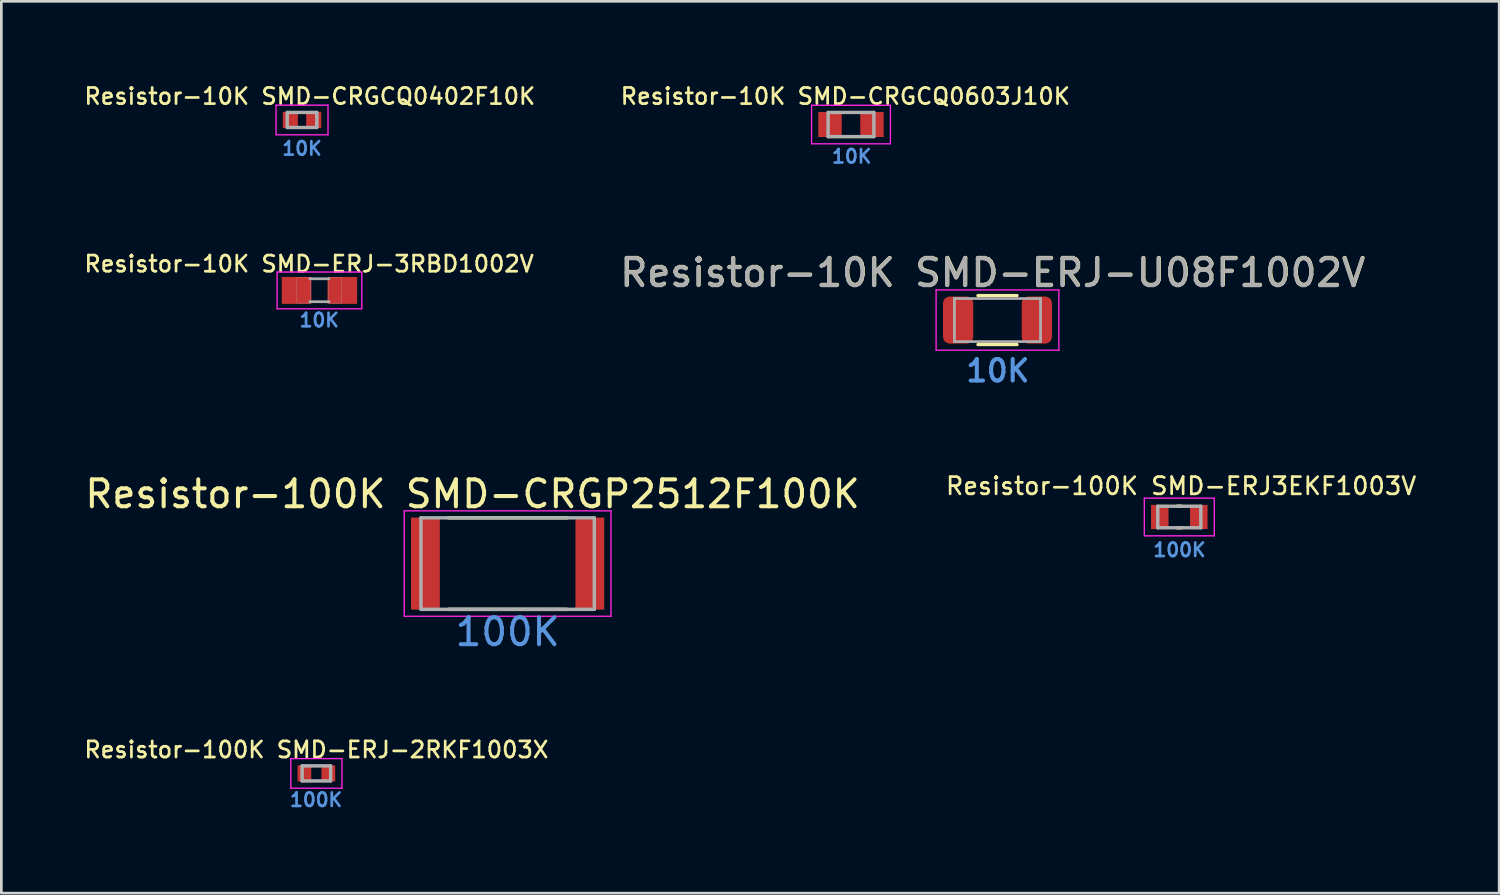
<source format=kicad_pcb>
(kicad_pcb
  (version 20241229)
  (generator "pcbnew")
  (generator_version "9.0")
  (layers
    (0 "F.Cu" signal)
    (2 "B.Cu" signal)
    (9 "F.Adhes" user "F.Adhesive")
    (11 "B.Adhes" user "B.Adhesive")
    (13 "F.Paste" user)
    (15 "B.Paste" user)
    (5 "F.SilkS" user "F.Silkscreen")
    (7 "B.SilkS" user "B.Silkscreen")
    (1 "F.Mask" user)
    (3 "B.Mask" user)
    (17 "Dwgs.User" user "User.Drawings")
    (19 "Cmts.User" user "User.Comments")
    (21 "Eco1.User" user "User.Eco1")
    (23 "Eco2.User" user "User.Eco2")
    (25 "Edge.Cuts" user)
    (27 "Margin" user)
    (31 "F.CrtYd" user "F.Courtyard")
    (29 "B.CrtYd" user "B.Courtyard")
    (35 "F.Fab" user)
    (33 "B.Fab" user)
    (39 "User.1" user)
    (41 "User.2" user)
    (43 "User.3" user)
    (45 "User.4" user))
  (footprint "Resistor-10K SMD-CRGCQ0603J10K"
    (layer "F.Cu")
    (at 28.566 1.577)
    (property "Reference" "Resistor-10K SMD-CRGCQ0603J10K" (at -0.21 -1.05 0) (layer "F.SilkS") (effects (font (size 0.6 0.6) (thickness 0.1))))
    (attr smd)
    (fp_line (start -1.465 -0.715) (end 1.465 -0.715) (stroke (width 0.05) (type solid)) (layer "F.CrtYd"))
    (fp_line (start -1.465 0.715) (end -1.465 -0.715) (stroke (width 0.05) (type solid)) (layer "F.CrtYd"))
    (fp_line (start -1.465 0.715) (end 1.465 0.715) (stroke (width 0.05) (type solid)) (layer "F.CrtYd"))
    (fp_line (start 1.465 0.715) (end 1.465 -0.715) (stroke (width 0.05) (type solid)) (layer "F.CrtYd"))
    (fp_line (start -0.85 0.45) (end -0.85 -0.45) (stroke (width 0.127) (type solid)) (layer "F.Fab"))
    (fp_line (start 0.85 -0.45) (end -0.85 -0.45) (stroke (width 0.127) (type solid)) (layer "F.Fab"))
    (fp_line (start 0.85 0.45) (end -0.85 0.45) (stroke (width 0.127) (type solid)) (layer "F.Fab"))
    (fp_line (start 0.85 0.45) (end 0.85 -0.45) (stroke (width 0.127) (type solid)) (layer "F.Fab"))
    (fp_text user "10K" (at 0.026 1.183 0) (unlocked yes) (layer "Cmts.User") (effects (font (size 0.5 0.5) (thickness 0.1))))
    (pad "1" smd rect (at -0.78 0) (size 0.87 0.93) (layers "F.Cu" "F.Mask" "F.Paste"))
    (pad "2" smd rect (at 0.78 0) (size 0.87 0.93) (layers "F.Cu" "F.Mask" "F.Paste")))
  (footprint "Resistor-100K SMD-CRGP2512F100K"
    (layer "F.Cu")
    (at 15.809 17.888)
    (property "Reference" "Resistor-100K SMD-CRGP2512F100K" (at -1.303 -2.584 0) (layer "F.SilkS") (effects (font (size 1 1) (thickness 0.15))))
    (attr smd)
    (fp_line (start -2.2 -1.7) (end 2.2 -1.7) (stroke (width 0.127) (type solid)) (layer "F.SilkS"))
    (fp_line (start -2.2 1.7) (end 2.2 1.7) (stroke (width 0.127) (type solid)) (layer "F.SilkS"))
    (fp_line (start -3.84 -1.958) (end 3.84 -1.958) (stroke (width 0.05) (type solid)) (layer "F.CrtYd"))
    (fp_line (start -3.84 1.958) (end -3.84 -1.958) (stroke (width 0.05) (type solid)) (layer "F.CrtYd"))
    (fp_line (start -3.84 1.958) (end 3.84 1.958) (stroke (width 0.05) (type solid)) (layer "F.CrtYd"))
    (fp_line (start 3.84 1.958) (end 3.84 -1.958) (stroke (width 0.05) (type solid)) (layer "F.CrtYd"))
    (fp_line (start -3.22 1.7) (end -3.22 -1.7) (stroke (width 0.127) (type solid)) (layer "F.Fab"))
    (fp_line (start 3.22 -1.7) (end -3.22 -1.7) (stroke (width 0.127) (type solid)) (layer "F.Fab"))
    (fp_line (start 3.22 1.7) (end -3.22 1.7) (stroke (width 0.127) (type solid)) (layer "F.Fab"))
    (fp_line (start 3.22 1.7) (end 3.22 -1.7) (stroke (width 0.127) (type solid)) (layer "F.Fab"))
    (fp_text user "100K" (at 0 2.54 0) (unlocked yes) (layer "Cmts.User") (effects (font (size 1 1) (thickness 0.15))))
    (pad "1" smd rect (at -3.055 0) (size 1.07 3.42) (layers "F.Cu" "F.Mask" "F.Paste"))
    (pad "2" smd rect (at 3.055 0) (size 1.07 3.42) (layers "F.Cu" "F.Mask" "F.Paste")))
  (footprint "Resistor-10K SMD-ERJ-3RBD1002V"
    (layer "F.Cu")
    (at 8.818 7.739)
    (property "Reference" "Resistor-10K SMD-ERJ-3RBD1002V" (at -0.385 -0.985 0) (layer "F.SilkS") (effects (font (size 0.6 0.6) (thickness 0.1))))
    (attr smd)
    (fp_line (start -1.573 -0.683) (end 1.573 -0.683) (stroke (width 0.051) (type solid)) (layer "F.CrtYd"))
    (fp_line (start -1.573 0.683) (end -1.573 -0.683) (stroke (width 0.051) (type solid)) (layer "F.CrtYd"))
    (fp_line (start 1.573 -0.683) (end 1.573 0.683) (stroke (width 0.051) (type solid)) (layer "F.CrtYd"))
    (fp_line (start 1.573 0.683) (end -1.573 0.683) (stroke (width 0.051) (type solid)) (layer "F.CrtYd"))
    (fp_line (start -0.356 -0.432) (end 0.356 -0.432) (stroke (width 0.102) (type solid)) (layer "F.Fab"))
    (fp_line (start -0.356 0.419) (end 0.356 0.419) (stroke (width 0.102) (type solid)) (layer "F.Fab"))
    (fp_poly (pts (xy -0.838 -0.48) (xy -0.338 -0.48) (xy -0.338 0.47) (xy -0.838 0.47)) (stroke (width 0.01) (type solid)) (fill no) (layer "F.Fab"))
    (fp_poly (pts (xy 0.33 -0.48) (xy 0.83 -0.48) (xy 0.83 0.47) (xy 0.33 0.47)) (stroke (width 0.01) (type solid)) (fill no) (layer "F.Fab"))
    (fp_text user "10K" (at -0.009 1.105 0) (unlocked yes) (layer "Cmts.User") (effects (font (size 0.5 0.5) (thickness 0.1))))
    (pad "1" smd rect (at -0.85 0) (size 1.1 1) (layers "F.Cu" "F.Mask" "F.Paste"))
    (pad "2" smd rect (at 0.85 0) (size 1.1 1) (layers "F.Cu" "F.Mask" "F.Paste")))
  (footprint "Resistor-10K SMD-CRGCQ0402F10K"
    (layer "F.Cu")
    (at 8.171 1.407)
    (property "Reference" "Resistor-10K SMD-CRGCQ0402F10K" (at 0.29 -0.88 0) (layer "F.SilkS") (effects (font (size 0.6 0.6) (thickness 0.1))))
    (attr smd)
    (fp_line (start -0.965 -0.55) (end 0.965 -0.55) (stroke (width 0.05) (type solid)) (layer "F.CrtYd"))
    (fp_line (start -0.965 0.55) (end -0.965 -0.55) (stroke (width 0.05) (type solid)) (layer "F.CrtYd"))
    (fp_line (start -0.965 0.55) (end 0.965 0.55) (stroke (width 0.05) (type solid)) (layer "F.CrtYd"))
    (fp_line (start 0.965 0.55) (end 0.965 -0.55) (stroke (width 0.05) (type solid)) (layer "F.CrtYd"))
    (fp_line (start -0.55 0.28) (end -0.55 -0.28) (stroke (width 0.127) (type solid)) (layer "F.Fab"))
    (fp_line (start 0.55 -0.28) (end -0.55 -0.28) (stroke (width 0.127) (type solid)) (layer "F.Fab"))
    (fp_line (start 0.55 0.28) (end -0.55 0.28) (stroke (width 0.127) (type solid)) (layer "F.Fab"))
    (fp_line (start 0.55 0.28) (end 0.55 -0.28) (stroke (width 0.127) (type solid)) (layer "F.Fab"))
    (fp_text user "10K" (at 0 1.06 0) (unlocked yes) (layer "Cmts.User") (effects (font (size 0.5 0.5) (thickness 0.1))))
    (pad "1" smd rect (at -0.435 0) (size 0.56 0.6) (layers "F.Cu" "F.Mask" "F.Paste"))
    (pad "2" smd rect (at 0.435 0) (size 0.56 0.6) (layers "F.Cu" "F.Mask" "F.Paste")))
  (footprint "Resistor-100K SMD-ERJ3EKF1003V"
    (layer "F.Cu")
    (at 40.763 16.157)
    (property "Reference" "Resistor-100K SMD-ERJ3EKF1003V" (at 0.066 -1.151 0) (layer "F.SilkS") (effects (font (size 0.64 0.64) (thickness 0.1))))
    (attr smd)
    (fp_line (start -0.08 -0.4) (end 0.08 -0.4) (stroke (width 0.127) (type solid)) (layer "F.SilkS"))
    (fp_line (start -0.08 0.4) (end 0.08 0.4) (stroke (width 0.127) (type solid)) (layer "F.SilkS"))
    (fp_line (start -1.3 -0.7) (end -1.3 0.7) (stroke (width 0.05) (type solid)) (layer "F.CrtYd"))
    (fp_line (start -1.3 0.7) (end 1.3 0.7) (stroke (width 0.05) (type solid)) (layer "F.CrtYd"))
    (fp_line (start 1.3 -0.7) (end -1.3 -0.7) (stroke (width 0.05) (type solid)) (layer "F.CrtYd"))
    (fp_line (start 1.3 0.7) (end 1.3 -0.7) (stroke (width 0.05) (type solid)) (layer "F.CrtYd"))
    (fp_line (start -0.8 -0.4) (end -0.8 0.4) (stroke (width 0.127) (type solid)) (layer "F.Fab"))
    (fp_line (start -0.8 -0.4) (end 0.8 -0.4) (stroke (width 0.127) (type solid)) (layer "F.Fab"))
    (fp_line (start -0.8 0.4) (end 0.8 0.4) (stroke (width 0.127) (type solid)) (layer "F.Fab"))
    (fp_line (start 0.8 -0.4) (end 0.8 0.4) (stroke (width 0.127) (type solid)) (layer "F.Fab"))
    (fp_text user "100K" (at 0.008 1.223 0) (unlocked yes) (layer "Cmts.User") (effects (font (size 0.5 0.5) (thickness 0.1))))
    (pad "1" smd rect (at -0.725 0) (size 0.65 0.9) (layers "F.Cu" "F.Mask" "F.Paste"))
    (pad "2" smd rect (at 0.725 0) (size 0.65 0.9) (layers "F.Cu" "F.Mask" "F.Paste")))
  (footprint "Resistor-100K SMD-ERJ-2RKF1003X"
    (layer "F.Cu")
    (at 8.704 25.683)
    (property "Reference" "Resistor-100K SMD-ERJ-2RKF1003X" (at 0 -0.88 0) (layer "F.SilkS") (effects (font (size 0.6 0.6) (thickness 0.1))))
    (attr smd)
    (fp_line (start -0.95 -0.55) (end 0.95 -0.55) (stroke (width 0.05) (type solid)) (layer "F.CrtYd"))
    (fp_line (start -0.95 0.55) (end -0.95 -0.55) (stroke (width 0.05) (type solid)) (layer "F.CrtYd"))
    (fp_line (start -0.95 0.55) (end 0.95 0.55) (stroke (width 0.05) (type solid)) (layer "F.CrtYd"))
    (fp_line (start 0.95 0.55) (end 0.95 -0.55) (stroke (width 0.05) (type solid)) (layer "F.CrtYd"))
    (fp_line (start -0.53 0.28) (end -0.53 -0.28) (stroke (width 0.127) (type solid)) (layer "F.Fab"))
    (fp_line (start 0.53 -0.28) (end -0.53 -0.28) (stroke (width 0.127) (type solid)) (layer "F.Fab"))
    (fp_line (start 0.53 0.28) (end -0.53 0.28) (stroke (width 0.127) (type solid)) (layer "F.Fab"))
    (fp_line (start 0.53 0.28) (end 0.53 -0.28) (stroke (width 0.127) (type solid)) (layer "F.Fab"))
    (fp_text user "100K" (at -0.011 0.981 0) (unlocked yes) (layer "Cmts.User") (effects (font (size 0.5 0.5) (thickness 0.1))))
    (pad "1" smd rect (at -0.445 0) (size 0.51 0.6) (layers "F.Cu" "F.Mask" "F.Paste"))
    (pad "2" smd rect (at 0.445 0) (size 0.51 0.6) (layers "F.Cu" "F.Mask" "F.Paste")))
  (footprint "Resistor-10K SMD-ERJ-U08F1002V"
    (layer "F.Cu")
    (at 34.008 8.841)
    (property "Reference" "Resistor-10K SMD-ERJ-U08F1002V" (at -0.171 -1.765 0) (layer "F.SilkS") (effects (font (size 1 1) (thickness 0.15))))
    (attr smd)
    (fp_line (start -0.727 -0.91) (end 0.727 -0.91) (stroke (width 0.12) (type solid)) (layer "F.SilkS"))
    (fp_line (start -0.727 0.91) (end 0.727 0.91) (stroke (width 0.12) (type solid)) (layer "F.SilkS"))
    (fp_line (start -2.28 -1.12) (end 2.28 -1.12) (stroke (width 0.05) (type solid)) (layer "F.CrtYd"))
    (fp_line (start -2.28 1.12) (end -2.28 -1.12) (stroke (width 0.05) (type solid)) (layer "F.CrtYd"))
    (fp_line (start 2.28 -1.12) (end 2.28 1.12) (stroke (width 0.05) (type solid)) (layer "F.CrtYd"))
    (fp_line (start 2.28 1.12) (end -2.28 1.12) (stroke (width 0.05) (type solid)) (layer "F.CrtYd"))
    (fp_line (start -1.6 -0.8) (end 1.6 -0.8) (stroke (width 0.1) (type solid)) (layer "F.Fab"))
    (fp_line (start -1.6 0.8) (end -1.6 -0.8) (stroke (width 0.1) (type solid)) (layer "F.Fab"))
    (fp_line (start 1.6 -0.8) (end 1.6 0.8) (stroke (width 0.1) (type solid)) (layer "F.Fab"))
    (fp_line (start 1.6 0.8) (end -1.6 0.8) (stroke (width 0.1) (type solid)) (layer "F.Fab"))
    (fp_text user "10K" (at 0.013 1.884 0) (unlocked yes) (layer "Cmts.User") (effects (font (size 0.8 0.8) (thickness 0.15))))
    (fp_text user "${REFERENCE}" (at -0.184 -1.752 0) (layer "F.Fab") (effects (font (size 1 1) (thickness 0.15))))
    (pad "1" smd roundrect (at -1.462 0) (size 1.125 1.75) (layers "F.Cu" "F.Mask" "F.Paste") (roundrect_rratio 0.222))
    (pad "2" smd roundrect (at 1.462 0) (size 1.125 1.75) (layers "F.Cu" "F.Mask" "F.Paste") (roundrect_rratio 0.222)))
  (gr_rect
    (start -3 -3)
    (end 52.647 30.132)
    (stroke (width 0.1) (type default))
    (fill no)
    (layer "Edge.Cuts")))
</source>
